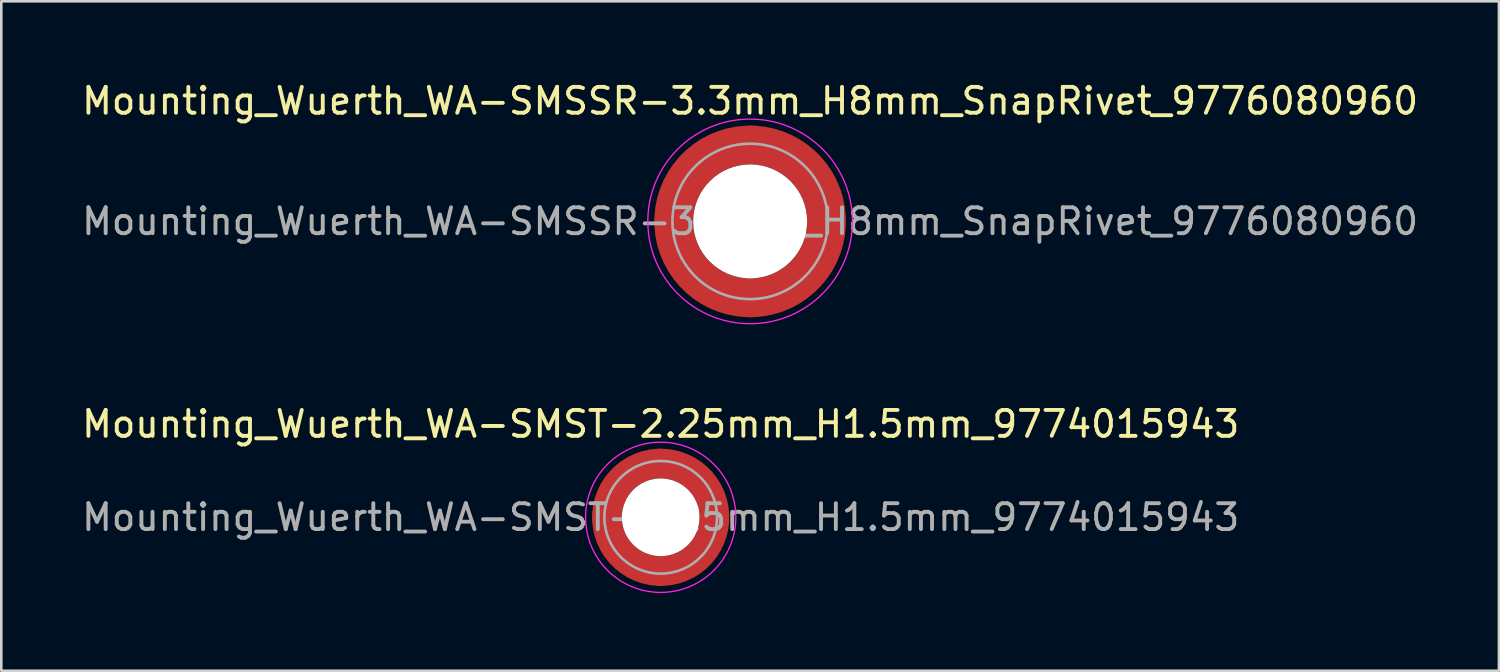
<source format=kicad_pcb>
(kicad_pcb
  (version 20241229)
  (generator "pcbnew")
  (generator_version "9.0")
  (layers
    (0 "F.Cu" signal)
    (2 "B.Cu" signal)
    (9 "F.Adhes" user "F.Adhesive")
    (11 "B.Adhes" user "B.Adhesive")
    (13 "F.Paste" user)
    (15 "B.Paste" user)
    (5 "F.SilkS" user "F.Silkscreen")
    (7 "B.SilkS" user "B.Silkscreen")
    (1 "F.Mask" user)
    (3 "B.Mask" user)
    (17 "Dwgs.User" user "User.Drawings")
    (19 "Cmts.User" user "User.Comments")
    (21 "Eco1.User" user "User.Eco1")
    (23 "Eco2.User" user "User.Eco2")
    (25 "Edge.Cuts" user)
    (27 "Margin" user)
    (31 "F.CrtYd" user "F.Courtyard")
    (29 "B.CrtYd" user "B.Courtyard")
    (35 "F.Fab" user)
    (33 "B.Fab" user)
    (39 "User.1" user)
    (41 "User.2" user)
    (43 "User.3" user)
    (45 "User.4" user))
  (footprint "Mounting_Wuerth_WA-SMSSR-3.3mm_H8mm_SnapRivet_9776080960"
    (layer "F.Cu")
    (at 25.911 5.498)
    (property "Reference" "Mounting_Wuerth_WA-SMSSR-3.3mm_H8mm_SnapRivet_9776080960" (at 0 -4.65 0) (layer "F.SilkS") (effects (font (size 1 1) (thickness 0.15))))
    (attr smd)
    (fp_circle (center 0 0) (end 3.95 0) (stroke (width 0.05) (type solid)) (fill no) (layer "F.CrtYd"))
    (fp_circle (center 0 0) (end 3 0) (stroke (width 0.1) (type solid)) (fill no) (layer "F.Fab"))
    (fp_text user "${REFERENCE}" (at 0 0 0) (layer "F.Fab") (effects (font (size 1 1) (thickness 0.15))))
    (pad "" smd custom (at -2.077 -2.077) (size 0.698 0.698) (layers "F.Paste") (options (anchor circle)) (primitives (gr_arc (start -0.208831 1.577126) (mid 0.422496 0.422496) (end 1.577126 -0.208831) (width 0.2)) (gr_arc (start -0.310669 1.577126) (mid 0.35208 0.35208) (end 1.577126 -0.310669) (width 0.2)) (gr_arc (start -0.412325 1.577126) (mid 0.281664 0.281664) (end 1.577126 -0.412325) (width 0.2)) (gr_arc (start -0.51382 1.577126) (mid 0.211248 0.211248) (end 1.577126 -0.51382) (width 0.2)) (gr_arc (start -0.615172 1.577126) (mid 0.140832 0.140832) (end 1.577126 -0.615172) (width 0.2)) (gr_arc (start -0.716397 1.577126) (mid 0.070416 0.070416) (end 1.577126 -0.716397) (width 0.2)) (gr_arc (start -0.817508 1.577126) (mid 0 0) (end 1.577126 -0.817508) (width 0.2)) (gr_arc (start -0.918517 1.577126) (mid -0.070416 -0.070416) (end 1.577126 -0.918517) (width 0.2)) (gr_arc (start -1.019433 1.577126) (mid -0.140832 -0.140832) (end 1.577126 -1.019433) (width 0.2)) (gr_arc (start -1.120266 1.577126) (mid -0.211248 -0.211248) (end 1.577126 -1.120266) (width 0.2)) (gr_arc (start -1.221022 1.577126) (mid -0.281664 -0.281664) (end 1.577126 -1.221022) (width 0.2)) (gr_arc (start -1.32171 1.577126) (mid -0.35208 -0.35208) (end 1.577126 -1.32171) (width 0.2)) (gr_arc (start -1.422335 1.577126) (mid -0.422497 -0.422497) (end 1.577126 -1.422335) (width 0.2)) (gr_line (start 1.577 -0.209) (end 1.577 -1.422) (width 0.2)) (gr_line (start -0.209 1.577) (end -1.422 1.577) (width 0.2))))
    (pad "" smd custom (at -2.077 2.077) (size 0.698 0.698) (layers "F.Paste") (options (anchor circle)) (primitives (gr_arc (start 1.577126 0.208831) (mid 0.422496 -0.422496) (end -0.208831 -1.577126) (width 0.2)) (gr_arc (start 1.577126 0.310669) (mid 0.35208 -0.35208) (end -0.310669 -1.577126) (width 0.2)) (gr_arc (start 1.577126 0.412325) (mid 0.281664 -0.281664) (end -0.412325 -1.577126) (width 0.2)) (gr_arc (start 1.577126 0.51382) (mid 0.211248 -0.211248) (end -0.51382 -1.577126) (width 0.2)) (gr_arc (start 1.577126 0.615172) (mid 0.140832 -0.140832) (end -0.615172 -1.577126) (width 0.2)) (gr_arc (start 1.577126 0.716397) (mid 0.070416 -0.070416) (end -0.716397 -1.577126) (width 0.2)) (gr_arc (start 1.577126 0.817508) (mid 0 0) (end -0.817508 -1.577126) (width 0.2)) (gr_arc (start 1.577126 0.918517) (mid -0.070416 0.070416) (end -0.918517 -1.577126) (width 0.2)) (gr_arc (start 1.577126 1.019433) (mid -0.140832 0.140832) (end -1.019433 -1.577126) (width 0.2)) (gr_arc (start 1.577126 1.120266) (mid -0.211248 0.211248) (end -1.120266 -1.577126) (width 0.2)) (gr_arc (start 1.577126 1.221022) (mid -0.281664 0.281664) (end -1.221022 -1.577126) (width 0.2)) (gr_arc (start 1.577126 1.32171) (mid -0.35208 0.35208) (end -1.32171 -1.577126) (width 0.2)) (gr_arc (start 1.577126 1.422335) (mid -0.422497 0.422497) (end -1.422335 -1.577126) (width 0.2)) (gr_line (start -0.209 -1.577) (end -1.422 -1.577) (width 0.2)) (gr_line (start 1.577 0.209) (end 1.577 1.422) (width 0.2))))
    (pad "" np_thru_hole circle (at 0 0) (size 4.4 4.4) (drill 4.4) (layers "*.Cu" "*.Mask"))
    (pad "" smd custom (at 2.077 -2.077) (size 0.698 0.698) (layers "F.Paste") (options (anchor circle)) (primitives (gr_arc (start -1.577126 -0.208831) (mid -0.422496 0.422496) (end 0.208831 1.577126) (width 0.2)) (gr_arc (start -1.577126 -0.310669) (mid -0.35208 0.35208) (end 0.310669 1.577126) (width 0.2)) (gr_arc (start -1.577126 -0.412325) (mid -0.281664 0.281664) (end 0.412325 1.577126) (width 0.2)) (gr_arc (start -1.577126 -0.51382) (mid -0.211248 0.211248) (end 0.51382 1.577126) (width 0.2)) (gr_arc (start -1.577126 -0.615172) (mid -0.140832 0.140832) (end 0.615172 1.577126) (width 0.2)) (gr_arc (start -1.577126 -0.716397) (mid -0.070416 0.070416) (end 0.716397 1.577126) (width 0.2)) (gr_arc (start -1.577126 -0.817508) (mid 0 0) (end 0.817508 1.577126) (width 0.2)) (gr_arc (start -1.577126 -0.918517) (mid 0.070416 -0.070416) (end 0.918517 1.577126) (width 0.2)) (gr_arc (start -1.577126 -1.019433) (mid 0.140832 -0.140832) (end 1.019433 1.577126) (width 0.2)) (gr_arc (start -1.577126 -1.120266) (mid 0.211248 -0.211248) (end 1.120266 1.577126) (width 0.2)) (gr_arc (start -1.577126 -1.221022) (mid 0.281664 -0.281664) (end 1.221022 1.577126) (width 0.2)) (gr_arc (start -1.577126 -1.32171) (mid 0.35208 -0.35208) (end 1.32171 1.577126) (width 0.2)) (gr_arc (start -1.577126 -1.422335) (mid 0.422497 -0.422497) (end 1.422335 1.577126) (width 0.2)) (gr_line (start 0.209 1.577) (end 1.422 1.577) (width 0.2)) (gr_line (start -1.577 -0.209) (end -1.577 -1.422) (width 0.2))))
    (pad "" smd custom (at 2.077 2.077) (size 0.698 0.698) (layers "F.Paste") (options (anchor circle)) (primitives (gr_arc (start 0.208831 -1.577126) (mid -0.422496 -0.422496) (end -1.577126 0.208831) (width 0.2)) (gr_arc (start 0.310669 -1.577126) (mid -0.35208 -0.35208) (end -1.577126 0.310669) (width 0.2)) (gr_arc (start 0.412325 -1.577126) (mid -0.281664 -0.281664) (end -1.577126 0.412325) (width 0.2)) (gr_arc (start 0.51382 -1.577126) (mid -0.211248 -0.211248) (end -1.577126 0.51382) (width 0.2)) (gr_arc (start 0.615172 -1.577126) (mid -0.140832 -0.140832) (end -1.577126 0.615172) (width 0.2)) (gr_arc (start 0.716397 -1.577126) (mid -0.070416 -0.070416) (end -1.577126 0.716397) (width 0.2)) (gr_arc (start 0.817508 -1.577126) (mid 0 0) (end -1.577126 0.817508) (width 0.2)) (gr_arc (start 0.918517 -1.577126) (mid 0.070416 0.070416) (end -1.577126 0.918517) (width 0.2)) (gr_arc (start 1.019433 -1.577126) (mid 0.140832 0.140832) (end -1.577126 1.019433) (width 0.2)) (gr_arc (start 1.120266 -1.577126) (mid 0.211248 0.211248) (end -1.577126 1.120266) (width 0.2)) (gr_arc (start 1.221022 -1.577126) (mid 0.281664 0.281664) (end -1.577126 1.221022) (width 0.2)) (gr_arc (start 1.32171 -1.577126) (mid 0.35208 0.35208) (end -1.577126 1.32171) (width 0.2)) (gr_arc (start 1.422335 -1.577126) (mid 0.422497 0.422497) (end -1.577126 1.422335) (width 0.2)) (gr_line (start -1.577 0.209) (end -1.577 1.422) (width 0.2)) (gr_line (start 0.209 -1.577) (end 1.422 -1.577) (width 0.2))))
    (pad "1" smd circle (at -2.95 0) (size 1.5 1.5) (layers "F.Cu"))
    (pad "1" smd circle (at 0 -2.95) (size 1.5 1.5) (layers "F.Cu"))
    (pad "1" smd circle (at 0 2.95) (size 1.5 1.5) (layers "F.Cu"))
    (pad "1" smd custom (at 2.95 0) (size 1.5 1.5) (layers "F.Cu" "F.Mask") (options (anchor circle)) (primitives (gr_circle (center -2.95 0) (end 0 0) (width 1.5) (fill no)))))
  (footprint "Mounting_Wuerth_WA-SMST-2.25mm_H1.5mm_9774015943"
    (layer "F.Cu")
    (at 22.458 16.922)
    (property "Reference" "Mounting_Wuerth_WA-SMST-2.25mm_H1.5mm_9774015943" (at 0 -3.6 0) (layer "F.SilkS") (effects (font (size 1 1) (thickness 0.15))))
    (attr smd)
    (fp_circle (center 0 0) (end 2.9 0) (stroke (width 0.05) (type solid)) (fill no) (layer "F.CrtYd"))
    (fp_circle (center 0 0) (end 2.175 0) (stroke (width 0.1) (type solid)) (fill no) (layer "F.Fab"))
    (fp_text user "${REFERENCE}" (at 0 0 0) (layer "F.Fab") (effects (font (size 1 1) (thickness 0.15))))
    (pad "" smd custom (at -1.453 -1.453) (size 1.01 1.01) (layers "F.Paste") (options (anchor circle)) (primitives (gr_arc (start -0.262632 0.900604) (mid 0.178544 0.178544) (end 0.900604 -0.262632) (width 0.505)) (gr_arc (start -0.526231 0.900604) (mid 0 0) (end 0.900604 -0.526231) (width 0.505)) (gr_arc (start -0.787275 0.900604) (mid -0.178545 -0.178545) (end 0.900604 -0.787275) (width 0.505)) (gr_line (start 0.901 -0.263) (end 0.901 -0.787) (width 0.505)) (gr_line (start -0.263 0.901) (end -0.787 0.901) (width 0.505))))
    (pad "" smd custom (at -1.453 1.453) (size 1.01 1.01) (layers "F.Paste") (options (anchor circle)) (primitives (gr_arc (start 0.900604 0.262632) (mid 0.178544 -0.178544) (end -0.262632 -0.900604) (width 0.505)) (gr_arc (start 0.900604 0.526231) (mid 0 0) (end -0.526231 -0.900604) (width 0.505)) (gr_arc (start 0.900604 0.787275) (mid -0.178545 0.178545) (end -0.787275 -0.900604) (width 0.505)) (gr_line (start -0.263 -0.901) (end -0.787 -0.901) (width 0.505)) (gr_line (start 0.901 0.263) (end 0.901 0.787) (width 0.505))))
    (pad "" np_thru_hole circle (at 0 0) (size 3 3) (drill 3) (layers "*.Cu" "*.Mask"))
    (pad "" smd custom (at 1.453 -1.453) (size 1.01 1.01) (layers "F.Paste") (options (anchor circle)) (primitives (gr_arc (start -0.900604 -0.262632) (mid -0.178544 0.178544) (end 0.262632 0.900604) (width 0.505)) (gr_arc (start -0.900604 -0.526231) (mid 0 0) (end 0.526231 0.900604) (width 0.505)) (gr_arc (start -0.900604 -0.787275) (mid 0.178545 -0.178545) (end 0.787275 0.900604) (width 0.505)) (gr_line (start 0.263 0.901) (end 0.787 0.901) (width 0.505)) (gr_line (start -0.901 -0.263) (end -0.901 -0.787) (width 0.505))))
    (pad "" smd custom (at 1.453 1.453) (size 1.01 1.01) (layers "F.Paste") (options (anchor circle)) (primitives (gr_arc (start 0.262632 -0.900604) (mid -0.178544 -0.178544) (end -0.900604 0.262632) (width 0.505)) (gr_arc (start 0.526231 -0.900604) (mid 0 0) (end -0.900604 0.526231) (width 0.505)) (gr_arc (start 0.787275 -0.900604) (mid 0.178545 0.178545) (end -0.900604 0.787275) (width 0.505)) (gr_line (start -0.901 0.263) (end -0.901 0.787) (width 0.505)) (gr_line (start 0.263 -0.901) (end 0.787 -0.901) (width 0.505))))
    (pad "1" smd circle (at -2.075 0) (size 1.15 1.15) (layers "F.Cu"))
    (pad "1" smd circle (at 0 -2.075) (size 1.15 1.15) (layers "F.Cu"))
    (pad "1" smd circle (at 0 2.075) (size 1.15 1.15) (layers "F.Cu"))
    (pad "1" smd custom (at 2.075 0) (size 1.15 1.15) (layers "F.Cu" "F.Mask") (options (anchor circle)) (primitives (gr_circle (center -2.075 0) (end 0 0) (width 1.15) (fill no)))))
  (gr_rect
    (start -3 -3)
    (end 54.821 22.846)
    (stroke (width 0.1) (type default))
    (fill no)
    (layer "Edge.Cuts")))
</source>
